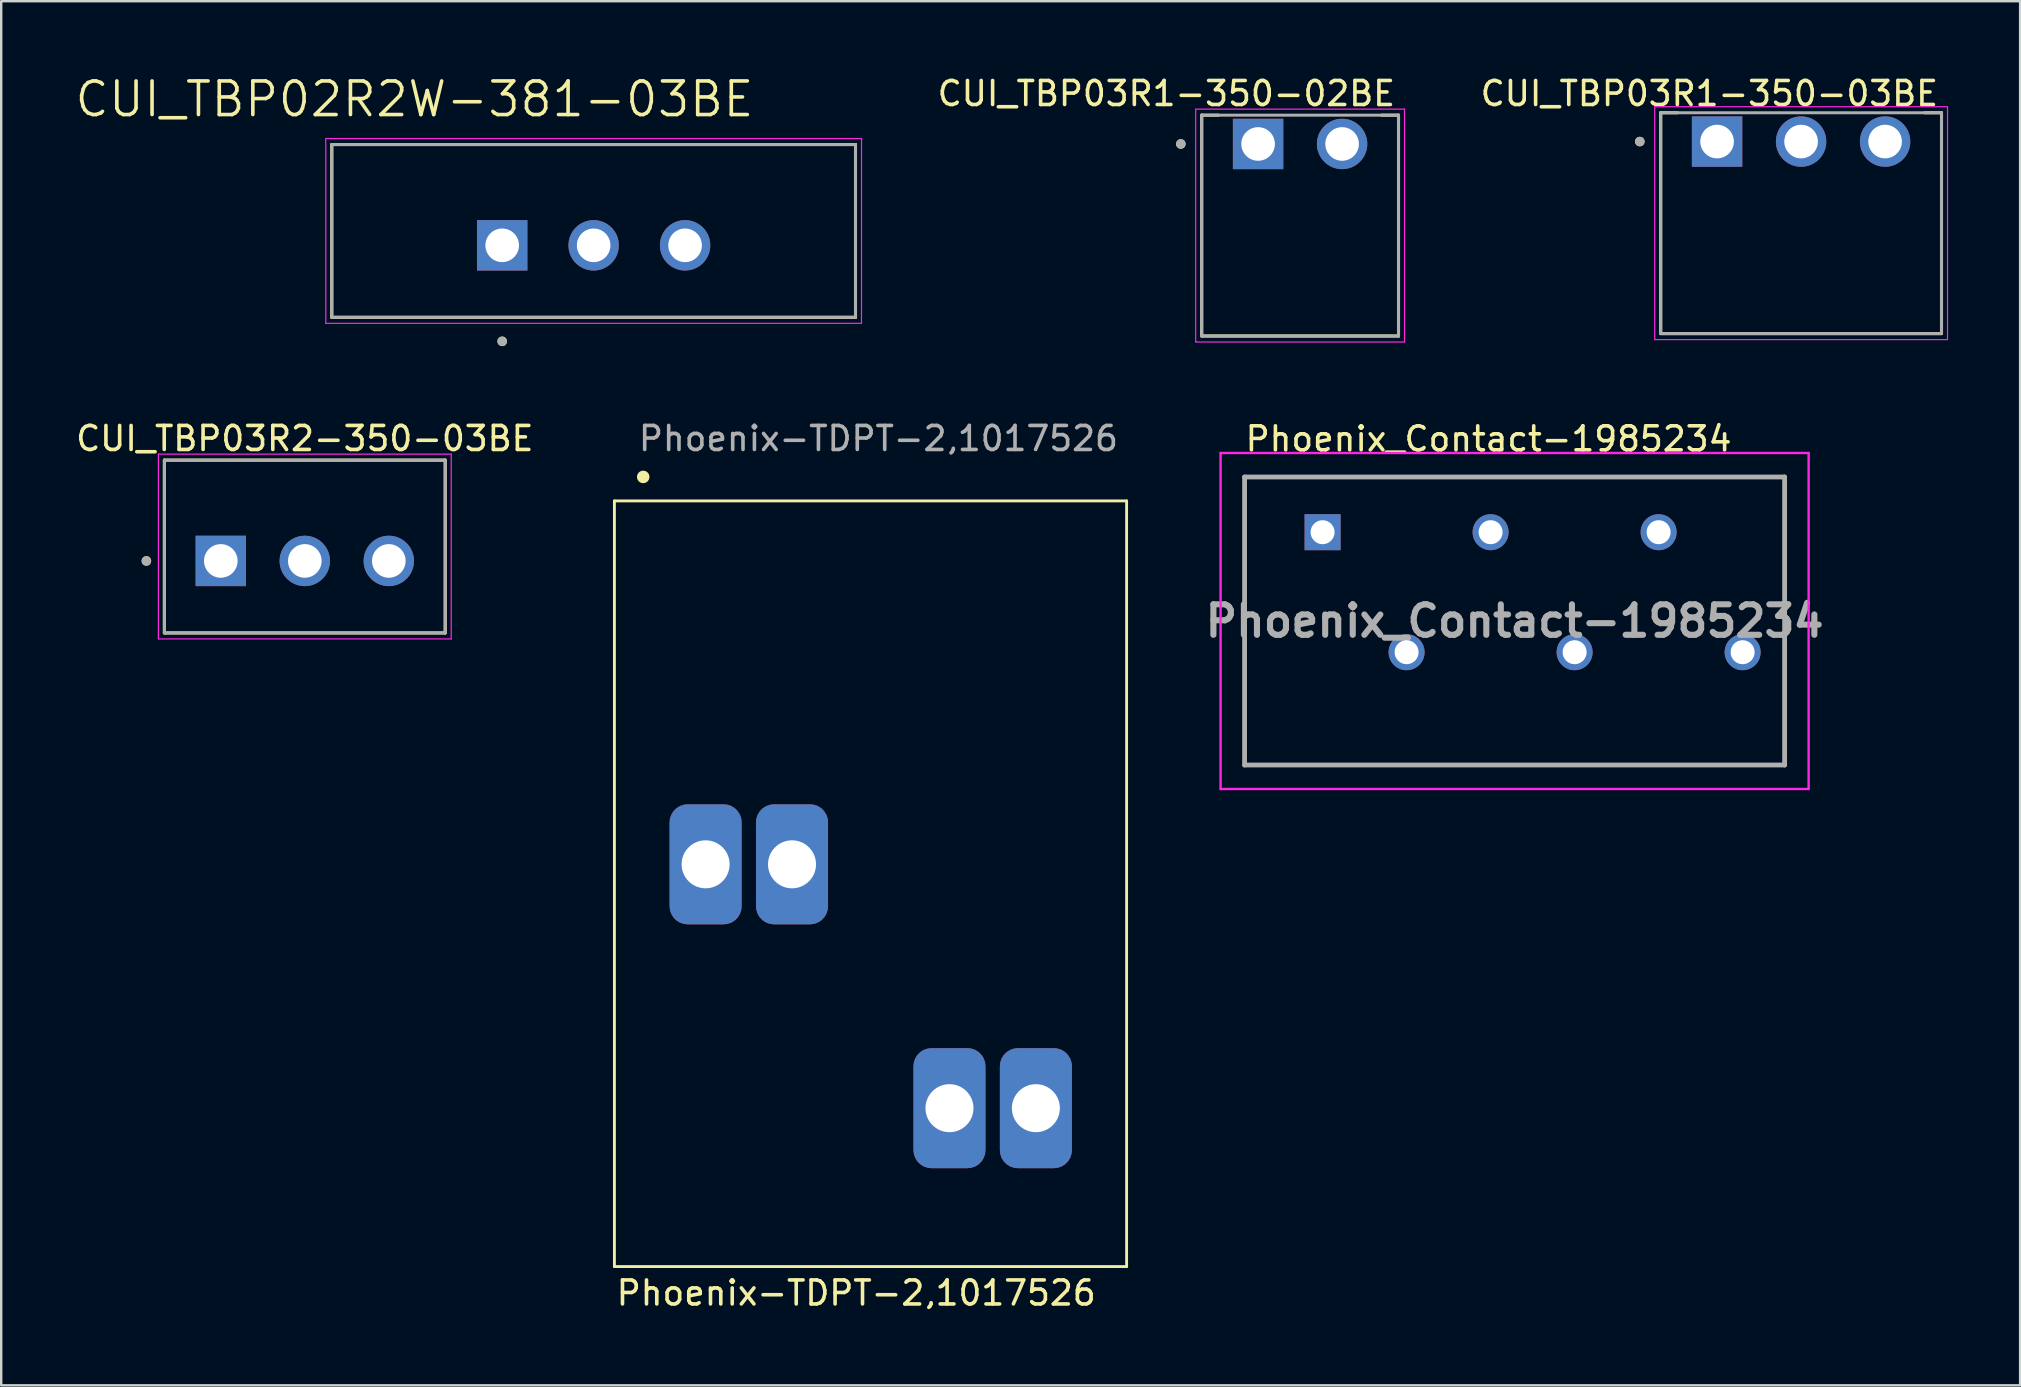
<source format=kicad_pcb>
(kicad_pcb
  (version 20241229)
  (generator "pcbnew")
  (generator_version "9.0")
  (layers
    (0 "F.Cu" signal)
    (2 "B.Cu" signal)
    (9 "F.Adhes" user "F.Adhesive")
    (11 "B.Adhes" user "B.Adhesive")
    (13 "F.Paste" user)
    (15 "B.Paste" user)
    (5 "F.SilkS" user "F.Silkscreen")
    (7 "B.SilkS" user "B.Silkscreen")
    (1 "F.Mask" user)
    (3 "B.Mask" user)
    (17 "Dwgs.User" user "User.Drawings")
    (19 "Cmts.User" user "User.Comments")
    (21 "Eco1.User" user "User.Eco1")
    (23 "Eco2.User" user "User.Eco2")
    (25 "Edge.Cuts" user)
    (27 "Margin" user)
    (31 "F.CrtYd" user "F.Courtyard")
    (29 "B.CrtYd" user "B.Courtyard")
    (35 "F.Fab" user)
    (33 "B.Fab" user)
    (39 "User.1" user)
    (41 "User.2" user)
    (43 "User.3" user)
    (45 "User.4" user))
  (footprint "Phoenix_Contact-1985234"
    (layer "F.Cu")
    (at 52.053 19.123)
    (property "Reference" "Phoenix_Contact-1985234" (at -3.302 -3.302 0) (layer "F.SilkS") (effects (font (size 1 1) (thickness 0.15)) (justify left bottom)))
    (attr through_hole)
    (fp_line (start -3.25 -2.3) (end -3.25 9.7) (stroke (width 0.1) (type solid)) (layer "F.SilkS"))
    (fp_line (start -3.25 9.7) (end 19.25 9.7) (stroke (width 0.1) (type solid)) (layer "F.SilkS"))
    (fp_line (start 19.25 -2.3) (end -3.25 -2.3) (stroke (width 0.1) (type solid)) (layer "F.SilkS"))
    (fp_line (start 19.25 9.7) (end 19.25 -2.3) (stroke (width 0.1) (type solid)) (layer "F.SilkS"))
    (fp_line (start -4.25 -3.3) (end 20.25 -3.3) (stroke (width 0.1) (type solid)) (layer "F.CrtYd"))
    (fp_line (start -4.25 10.7) (end -4.25 -3.3) (stroke (width 0.1) (type solid)) (layer "F.CrtYd"))
    (fp_line (start 20.25 -3.3) (end 20.25 10.7) (stroke (width 0.1) (type solid)) (layer "F.CrtYd"))
    (fp_line (start 20.25 10.7) (end -4.25 10.7) (stroke (width 0.1) (type solid)) (layer "F.CrtYd"))
    (fp_line (start -3.25 -2.3) (end -3.25 9.7) (stroke (width 0.2) (type solid)) (layer "F.Fab"))
    (fp_line (start -3.25 9.7) (end 19.25 9.7) (stroke (width 0.2) (type solid)) (layer "F.Fab"))
    (fp_line (start 19.25 -2.3) (end -3.25 -2.3) (stroke (width 0.2) (type solid)) (layer "F.Fab"))
    (fp_line (start 19.25 9.7) (end 19.25 -2.3) (stroke (width 0.2) (type solid)) (layer "F.Fab"))
    (fp_text user "${REFERENCE}" (at 8 3.7 0) (layer "F.Fab") (effects (font (size 1.27 1.27) (thickness 0.254))))
    (pad "1" thru_hole rect (at 0 0) (size 1.5 1.5) (drill 1) (layers "*.Cu" "*.Mask"))
    (pad "2" thru_hole circle (at 3.5 5) (size 1.5 1.5) (drill 1) (layers "*.Cu" "*.Mask"))
    (pad "3" thru_hole circle (at 7 0) (size 1.5 1.5) (drill 1) (layers "*.Cu" "*.Mask"))
    (pad "4" thru_hole circle (at 10.5 5) (size 1.5 1.5) (drill 1) (layers "*.Cu" "*.Mask"))
    (pad "5" thru_hole circle (at 14 0) (size 1.5 1.5) (drill 1) (layers "*.Cu" "*.Mask"))
    (pad "6" thru_hole circle (at 17.5 5) (size 1.5 1.5) (drill 1) (layers "*.Cu" "*.Mask")))
  (footprint "CUI_TBP02R2W-381-03BE"
    (layer "F.Cu")
    (at 17.873 7.171)
    (property "Reference" "CUI_TBP02R2W-381-03BE" (at -3.655 -6.089 0) (layer "F.SilkS") (effects (font (size 1.4 1.4) (thickness 0.15))))
    (attr through_hole)
    (fp_line (start -7.1 -4.2) (end 14.72 -4.2) (stroke (width 0.127) (type solid)) (layer "F.SilkS"))
    (fp_line (start -7.1 3) (end -7.1 -4.2) (stroke (width 0.127) (type solid)) (layer "F.SilkS"))
    (fp_line (start 14.72 -4.2) (end 14.72 3) (stroke (width 0.127) (type solid)) (layer "F.SilkS"))
    (fp_line (start 14.72 3) (end -7.1 3) (stroke (width 0.127) (type solid)) (layer "F.SilkS"))
    (fp_circle (center 0 4) (end 0.1 4) (stroke (width 0.2) (type solid)) (fill no) (layer "F.SilkS"))
    (fp_line (start -7.35 -4.45) (end 14.97 -4.45) (stroke (width 0.05) (type solid)) (layer "F.CrtYd"))
    (fp_line (start -7.35 3.25) (end -7.35 -4.45) (stroke (width 0.05) (type solid)) (layer "F.CrtYd"))
    (fp_line (start 14.97 -4.45) (end 14.97 3.25) (stroke (width 0.05) (type solid)) (layer "F.CrtYd"))
    (fp_line (start 14.97 3.25) (end -7.35 3.25) (stroke (width 0.05) (type solid)) (layer "F.CrtYd"))
    (fp_line (start -7.1 -4.2) (end 14.72 -4.2) (stroke (width 0.127) (type solid)) (layer "F.Fab"))
    (fp_line (start -7.1 3) (end -7.1 -4.2) (stroke (width 0.127) (type solid)) (layer "F.Fab"))
    (fp_line (start 14.72 -4.2) (end 14.72 3) (stroke (width 0.127) (type solid)) (layer "F.Fab"))
    (fp_line (start 14.72 3) (end -7.1 3) (stroke (width 0.127) (type solid)) (layer "F.Fab"))
    (fp_circle (center 0 4) (end 0.1 4) (stroke (width 0.2) (type solid)) (fill no) (layer "F.Fab"))
    (pad "1" thru_hole rect (at 0 0) (size 2.1 2.1) (drill 1.4) (layers "*.Cu" "*.Mask"))
    (pad "2" thru_hole circle (at 3.81 0) (size 2.1 2.1) (drill 1.4) (layers "*.Cu" "*.Mask"))
    (pad "3" thru_hole circle (at 7.62 0) (size 2.1 2.1) (drill 1.4) (layers "*.Cu" "*.Mask")))
  (footprint "CUI_TBP03R2-350-03BE"
    (layer "F.Cu")
    (at 6.149 20.32)
    (property "Reference" "CUI_TBP03R2-350-03BE" (at 3.5 -5.1 0) (layer "F.SilkS") (effects (font (size 1 1) (thickness 0.15))))
    (attr through_hole)
    (fp_line (start -2.35 -4.2) (end 9.35 -4.2) (stroke (width 0.127) (type solid)) (layer "F.SilkS"))
    (fp_line (start -2.35 3) (end -2.35 -4.2) (stroke (width 0.127) (type solid)) (layer "F.SilkS"))
    (fp_line (start 9.35 -4.2) (end 9.35 3) (stroke (width 0.127) (type solid)) (layer "F.SilkS"))
    (fp_line (start 9.35 3) (end -2.35 3) (stroke (width 0.127) (type solid)) (layer "F.SilkS"))
    (fp_circle (center -3.1 0) (end -3 0) (stroke (width 0.2) (type solid)) (fill no) (layer "F.SilkS"))
    (fp_line (start -2.6 -4.45) (end -2.6 3.25) (stroke (width 0.05) (type solid)) (layer "F.CrtYd"))
    (fp_line (start -2.6 3.25) (end 9.6 3.25) (stroke (width 0.05) (type solid)) (layer "F.CrtYd"))
    (fp_line (start 9.6 -4.45) (end -2.6 -4.45) (stroke (width 0.05) (type solid)) (layer "F.CrtYd"))
    (fp_line (start 9.6 3.25) (end 9.6 -4.45) (stroke (width 0.05) (type solid)) (layer "F.CrtYd"))
    (fp_line (start -2.35 -4.2) (end 9.35 -4.2) (stroke (width 0.127) (type solid)) (layer "F.Fab"))
    (fp_line (start -2.35 3) (end -2.35 -4.2) (stroke (width 0.127) (type solid)) (layer "F.Fab"))
    (fp_line (start 9.35 -4.2) (end 9.35 3) (stroke (width 0.127) (type solid)) (layer "F.Fab"))
    (fp_line (start 9.35 3) (end -2.35 3) (stroke (width 0.127) (type solid)) (layer "F.Fab"))
    (fp_circle (center -3.1 0) (end -3 0) (stroke (width 0.2) (type solid)) (fill no) (layer "F.Fab"))
    (pad "1" thru_hole rect (at 0 0) (size 2.1 2.1) (drill 1.4) (layers "*.Cu" "*.Mask"))
    (pad "2" thru_hole circle (at 3.5 0) (size 2.1 2.1) (drill 1.4) (layers "*.Cu" "*.Mask"))
    (pad "3" thru_hole circle (at 7 0) (size 2.1 2.1) (drill 1.4) (layers "*.Cu" "*.Mask")))
  (footprint "CUI_TBP03R1-350-03BE"
    (layer "F.Cu")
    (at 68.489 2.848)
    (property "Reference" "CUI_TBP03R1-350-03BE" (at 9.3 -2 0) (layer "F.SilkS") (effects (font (size 1 1) (thickness 0.15)) (justify right)))
    (attr through_hole)
    (fp_line (start -2.35 -1.2) (end -2.35 8) (stroke (width 0.127) (type solid)) (layer "F.SilkS"))
    (fp_line (start -2.35 -1.2) (end -1.65 -1.2) (stroke (width 0.127) (type solid)) (layer "F.SilkS"))
    (fp_line (start -2.35 8) (end 9.35 8) (stroke (width 0.127) (type solid)) (layer "F.SilkS"))
    (fp_line (start 8.65 -1.2) (end 9.35 -1.2) (stroke (width 0.127) (type solid)) (layer "F.SilkS"))
    (fp_line (start 9.35 8) (end 9.35 -1.2) (stroke (width 0.127) (type solid)) (layer "F.SilkS"))
    (fp_circle (center -3.22 0) (end -3.12 0) (stroke (width 0.2) (type solid)) (fill no) (layer "F.SilkS"))
    (fp_line (start -2.6 -1.45) (end -2.6 8.25) (stroke (width 0.05) (type solid)) (layer "F.CrtYd"))
    (fp_line (start -2.6 8.25) (end 9.6 8.25) (stroke (width 0.05) (type solid)) (layer "F.CrtYd"))
    (fp_line (start 9.6 -1.45) (end -2.6 -1.45) (stroke (width 0.05) (type solid)) (layer "F.CrtYd"))
    (fp_line (start 9.6 8.25) (end 9.6 -1.45) (stroke (width 0.05) (type solid)) (layer "F.CrtYd"))
    (fp_line (start -2.35 -1.2) (end -2.35 8) (stroke (width 0.127) (type solid)) (layer "F.Fab"))
    (fp_line (start -2.35 8) (end 9.35 8) (stroke (width 0.127) (type solid)) (layer "F.Fab"))
    (fp_line (start 9.35 -1.2) (end -2.35 -1.2) (stroke (width 0.127) (type solid)) (layer "F.Fab"))
    (fp_line (start 9.35 8) (end 9.35 -1.2) (stroke (width 0.127) (type solid)) (layer "F.Fab"))
    (fp_circle (center -3.22 0) (end -3.12 0) (stroke (width 0.2) (type solid)) (fill no) (layer "F.Fab"))
    (pad "1" thru_hole rect (at 0 0) (size 2.1 2.1) (drill 1.4) (layers "*.Cu" "*.Mask"))
    (pad "2" thru_hole circle (at 3.5 0) (size 2.1 2.1) (drill 1.4) (layers "*.Cu" "*.Mask"))
    (pad "3" thru_hole circle (at 7 0) (size 2.1 2.1) (drill 1.4) (layers "*.Cu" "*.Mask")))
  (footprint "Phoenix-TDPT-2,1017526"
    (layer "F.Cu")
    (at 22.548 17.82)
    (property "Reference" "Phoenix-TDPT-2,1017526" (at 0 33 0) (unlocked yes) (layer "F.SilkS") (effects (font (size 1 1) (thickness 0.15)) (justify left)))
    (attr through_hole)
    (fp_line (start 0 0) (end 0 31.9) (stroke (width 0.12) (type solid)) (layer "F.SilkS"))
    (fp_line (start 0 0) (end 21.34 0) (stroke (width 0.12) (type solid)) (layer "F.SilkS"))
    (fp_line (start 0 31.9) (end 21.34 31.9) (stroke (width 0.12) (type solid)) (layer "F.SilkS"))
    (fp_line (start 21.34 0) (end 21.34 31.9) (stroke (width 0.12) (type solid)) (layer "F.SilkS"))
    (fp_circle (center 1.2 -1) (end 1.4 -1) (stroke (width 0.12) (type solid)) (fill yes) (layer "F.SilkS"))
    (fp_text user "${REFERENCE}" (at 11 -2.6 0) (unlocked yes) (layer "F.Fab") (effects (font (size 1 1) (thickness 0.15))))
    (pad "1" thru_hole roundrect (at 3.8 15.14) (size 3 5) (drill 2) (layers "*.Cu" "*.Mask") (roundrect_rratio 0.25))
    (pad "1" thru_hole roundrect (at 7.4 15.14) (size 3 5) (drill 2) (layers "*.Cu" "*.Mask") (roundrect_rratio 0.25))
    (pad "2" thru_hole roundrect (at 13.96 25.3) (size 3 5) (drill 2) (layers "*.Cu" "*.Mask") (roundrect_rratio 0.25))
    (pad "2" thru_hole roundrect (at 17.56 25.3) (size 3 5) (drill 2) (layers "*.Cu" "*.Mask") (roundrect_rratio 0.25)))
  (footprint "CUI_TBP03R1-350-02BE"
    (layer "F.Cu")
    (at 49.366 2.948)
    (property "Reference" "CUI_TBP03R1-350-02BE" (at 5.8 -2.1 0) (layer "F.SilkS") (effects (font (size 1 1) (thickness 0.15)) (justify right)))
    (attr through_hole)
    (fp_line (start -2.35 -1.2) (end -2.35 8) (stroke (width 0.127) (type solid)) (layer "F.SilkS"))
    (fp_line (start -2.35 -1.2) (end -1.65 -1.2) (stroke (width 0.127) (type solid)) (layer "F.SilkS"))
    (fp_line (start -2.35 8) (end 5.85 8) (stroke (width 0.127) (type solid)) (layer "F.SilkS"))
    (fp_line (start 5.15 -1.2) (end 5.85 -1.2) (stroke (width 0.127) (type solid)) (layer "F.SilkS"))
    (fp_line (start 5.85 8) (end 5.85 -1.2) (stroke (width 0.127) (type solid)) (layer "F.SilkS"))
    (fp_circle (center -3.22 0) (end -3.12 0) (stroke (width 0.2) (type solid)) (fill no) (layer "F.SilkS"))
    (fp_line (start -2.6 -1.45) (end -2.6 8.25) (stroke (width 0.05) (type solid)) (layer "F.CrtYd"))
    (fp_line (start -2.6 8.25) (end 6.1 8.25) (stroke (width 0.05) (type solid)) (layer "F.CrtYd"))
    (fp_line (start 6.1 -1.45) (end -2.6 -1.45) (stroke (width 0.05) (type solid)) (layer "F.CrtYd"))
    (fp_line (start 6.1 8.25) (end 6.1 -1.45) (stroke (width 0.05) (type solid)) (layer "F.CrtYd"))
    (fp_line (start -2.35 -1.2) (end -2.35 8) (stroke (width 0.127) (type solid)) (layer "F.Fab"))
    (fp_line (start -2.35 8) (end 5.85 8) (stroke (width 0.127) (type solid)) (layer "F.Fab"))
    (fp_line (start 5.85 -1.2) (end -2.35 -1.2) (stroke (width 0.127) (type solid)) (layer "F.Fab"))
    (fp_line (start 5.85 8) (end 5.85 -1.2) (stroke (width 0.127) (type solid)) (layer "F.Fab"))
    (fp_circle (center -3.22 0) (end -3.12 0) (stroke (width 0.2) (type solid)) (fill no) (layer "F.Fab"))
    (pad "1" thru_hole rect (at 0 0) (size 2.1 2.1) (drill 1.4) (layers "*.Cu" "*.Mask"))
    (pad "2" thru_hole circle (at 3.5 0) (size 2.1 2.1) (drill 1.4) (layers "*.Cu" "*.Mask")))
  (gr_rect
    (start -3 -3)
    (end 81.114 54.668)
    (stroke (width 0.1) (type default))
    (fill no)
    (layer "Edge.Cuts")))
</source>
